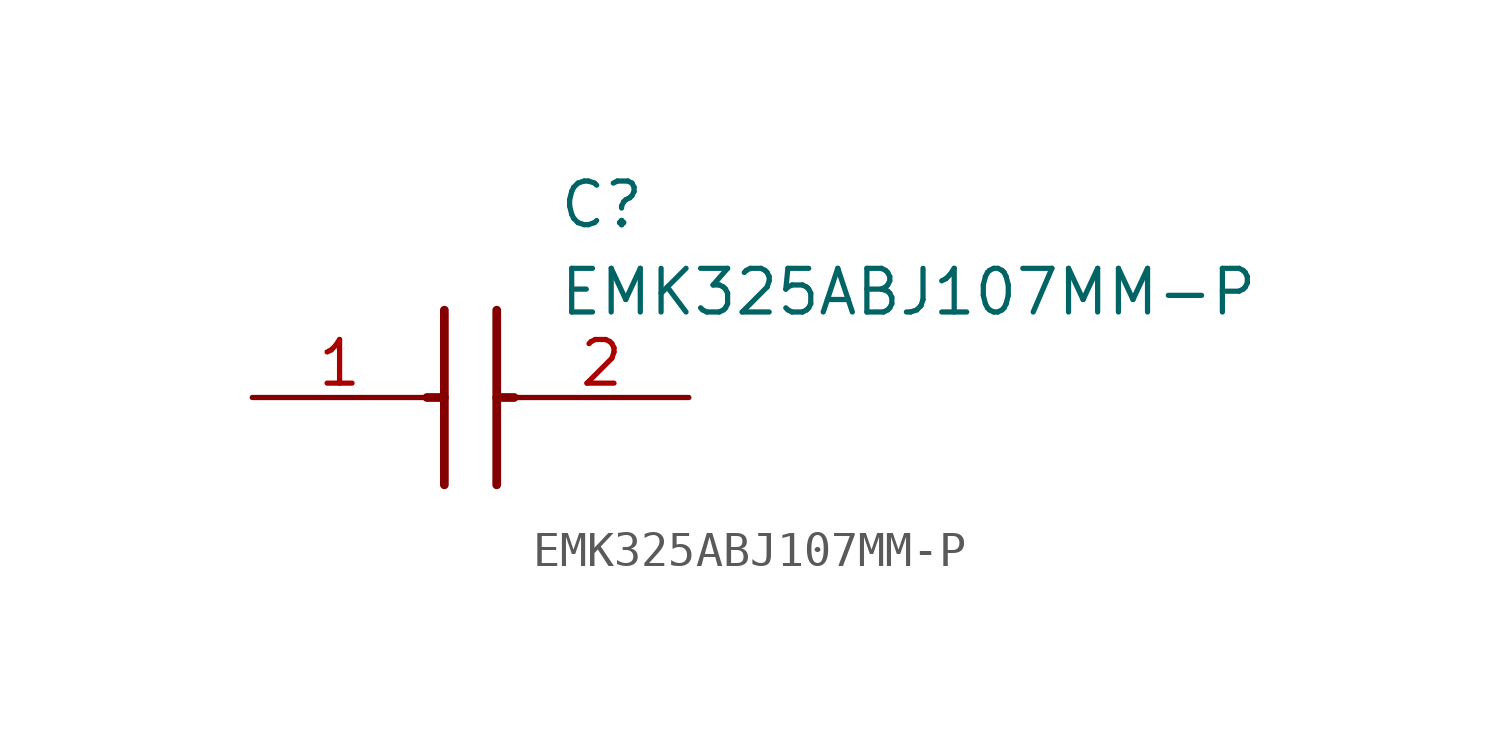
<source format=kicad_sym>
(kicad_symbol_lib
  (version 20211014)
  (generator SamacSys_ECAD_Model)
  (symbol "EMK325ABJ107MM-P"
    (pin_names hide)
    (property "Reference" "C"
      (at 8.89 6.35 0)
      (effects (font (size 1.27 1.27)) (justify left top)))
    (property "Value" "EMK325ABJ107MM-P"
      (at 8.89 3.81 0)
      (effects (font (size 1.27 1.27)) (justify left top)))
    (polyline
      (pts (xy 5.588 2.54) (xy 5.588 -2.54))
      (stroke (width 0.254) (type default))
      (fill (type none)))
    (polyline
      (pts (xy 7.112 2.54) (xy 7.112 -2.54))
      (stroke (width 0.254) (type default))
      (fill (type none)))
    (polyline
      (pts (xy 5.08 0) (xy 5.588 0))
      (stroke (width 0.254) (type default))
      (fill (type none)))
    (polyline
      (pts (xy 7.112 0) (xy 7.62 0))
      (stroke (width 0.254) (type default))
      (fill (type none)))
    (pin passive line
      (at 0 0 0)
      (length 5.08)
      (name "1" (effects (font (size 1.27 1.27))))
      (number "1" (effects (font (size 1.27 1.27)))))
    (pin passive line
      (at 12.7 0 180)
      (length 5.08)
      (name "2" (effects (font (size 1.27 1.27))))
      (number "2" (effects (font (size 1.27 1.27)))))))
</source>
